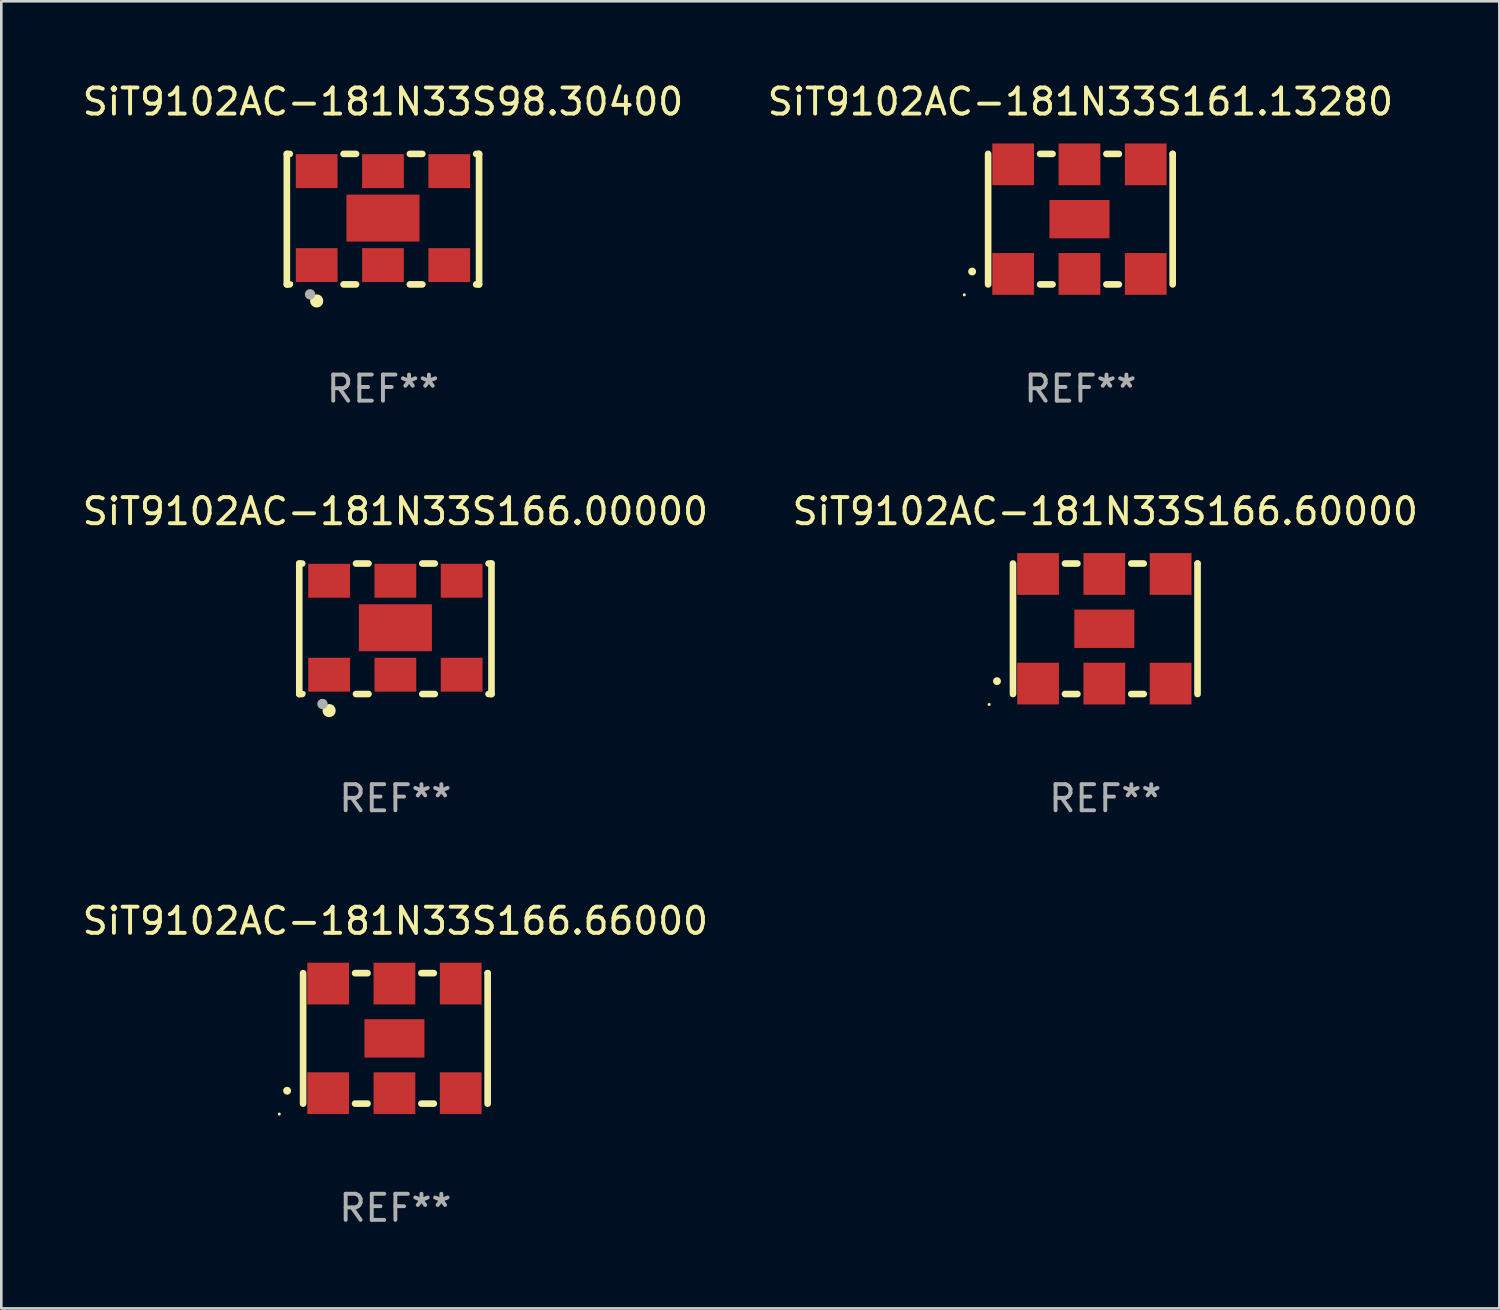
<source format=kicad_pcb>
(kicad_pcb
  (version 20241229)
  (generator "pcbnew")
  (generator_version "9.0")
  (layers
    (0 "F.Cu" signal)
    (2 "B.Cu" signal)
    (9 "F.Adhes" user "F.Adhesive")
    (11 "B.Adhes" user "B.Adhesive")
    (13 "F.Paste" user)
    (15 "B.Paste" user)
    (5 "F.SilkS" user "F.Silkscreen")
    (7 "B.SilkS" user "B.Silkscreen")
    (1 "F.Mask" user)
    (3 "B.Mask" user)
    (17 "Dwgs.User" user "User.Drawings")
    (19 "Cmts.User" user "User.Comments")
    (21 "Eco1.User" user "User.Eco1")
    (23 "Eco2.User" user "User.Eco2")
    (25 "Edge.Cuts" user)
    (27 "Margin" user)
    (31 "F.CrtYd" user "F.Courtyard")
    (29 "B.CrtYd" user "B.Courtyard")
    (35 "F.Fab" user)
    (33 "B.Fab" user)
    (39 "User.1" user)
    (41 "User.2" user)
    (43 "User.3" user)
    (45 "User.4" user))
  (footprint "SiT9102AC-181N33S161.13280"
    (layer "F.Cu")
    (at 38.351 5.348)
    (property "Reference" "SiT9102AC-181N33S161.13280" (at 0 -4.5 0) (layer "F.SilkS") (effects (font (size 1 1) (thickness 0.15))))
    (attr through_hole)
    (fp_line (start -3.536 -2.5) (end -3.536 2.5) (stroke (width 0.254) (type solid)) (layer "F.SilkS"))
    (fp_line (start -1.544 2.5) (end -1.067 2.5) (stroke (width 0.254) (type solid)) (layer "F.SilkS"))
    (fp_line (start -1.067 -2.5) (end -1.544 -2.5) (stroke (width 0.254) (type solid)) (layer "F.SilkS"))
    (fp_line (start 0.996 2.5) (end 1.473 2.5) (stroke (width 0.254) (type solid)) (layer "F.SilkS"))
    (fp_line (start 1.473 -2.5) (end 0.996 -2.5) (stroke (width 0.254) (type solid)) (layer "F.SilkS"))
    (fp_line (start 3.536 -2.5) (end 3.536 -2.5) (stroke (width 0.254) (type solid)) (layer "F.SilkS"))
    (fp_line (start 3.536 2.5) (end 3.536 -2.5) (stroke (width 0.254) (type solid)) (layer "F.SilkS"))
    (fp_arc (start -4.150432 2.006604) (mid -4.149162 2.006599) (end -4.147892 2.006604) (stroke (width 0.3) (type solid)) (layer "F.SilkS"))
    (fp_circle (center -4.449 2.9) (end -4.419 2.9) (stroke (width 0.06) (type solid)) (fill no) (layer "F.SilkS"))
    (fp_text user "REF**" (at 0 6.5 0) (layer "F.Fab") (effects (font (size 1 1) (thickness 0.15))))
    (pad "1" smd rect (at -2.576 2.1) (size 1.6 1.6) (layers "F.Cu" "F.Mask" "F.Paste"))
    (pad "2" smd rect (at -0.036 2.1) (size 1.6 1.6) (layers "F.Cu" "F.Mask" "F.Paste"))
    (pad "3" smd rect (at 2.504 2.1) (size 1.6 1.6) (layers "F.Cu" "F.Mask" "F.Paste"))
    (pad "4" smd rect (at 2.504 -2.1) (size 1.6 1.6) (layers "F.Cu" "F.Mask" "F.Paste"))
    (pad "5" smd rect (at -0.036 -2.1) (size 1.6 1.6) (layers "F.Cu" "F.Mask" "F.Paste"))
    (pad "6" smd rect (at -2.576 -2.1) (size 1.6 1.6) (layers "F.Cu" "F.Mask" "F.Paste"))
    (pad "7" smd rect (at -0.036 0) (size 2.3 1.47) (layers "F.Cu" "F.Mask" "F.Paste")))
  (footprint "SiT9102AC-181N33S166.66000"
    (layer "F.Cu")
    (at 12.101 36.741)
    (property "Reference" "SiT9102AC-181N33S166.66000" (at 0 -4.5 0) (layer "F.SilkS") (effects (font (size 1 1) (thickness 0.15))))
    (attr through_hole)
    (fp_line (start -3.536 -2.5) (end -3.536 2.5) (stroke (width 0.254) (type solid)) (layer "F.SilkS"))
    (fp_line (start -1.544 2.5) (end -1.067 2.5) (stroke (width 0.254) (type solid)) (layer "F.SilkS"))
    (fp_line (start -1.067 -2.5) (end -1.544 -2.5) (stroke (width 0.254) (type solid)) (layer "F.SilkS"))
    (fp_line (start 0.996 2.5) (end 1.473 2.5) (stroke (width 0.254) (type solid)) (layer "F.SilkS"))
    (fp_line (start 1.473 -2.5) (end 0.996 -2.5) (stroke (width 0.254) (type solid)) (layer "F.SilkS"))
    (fp_line (start 3.536 -2.5) (end 3.536 -2.5) (stroke (width 0.254) (type solid)) (layer "F.SilkS"))
    (fp_line (start 3.536 2.5) (end 3.536 -2.5) (stroke (width 0.254) (type solid)) (layer "F.SilkS"))
    (fp_arc (start -4.150432 2.006604) (mid -4.149162 2.006599) (end -4.147892 2.006604) (stroke (width 0.3) (type solid)) (layer "F.SilkS"))
    (fp_circle (center -4.449 2.9) (end -4.419 2.9) (stroke (width 0.06) (type solid)) (fill no) (layer "F.SilkS"))
    (fp_text user "REF**" (at 0 6.5 0) (layer "F.Fab") (effects (font (size 1 1) (thickness 0.15))))
    (pad "1" smd rect (at -2.576 2.1) (size 1.6 1.6) (layers "F.Cu" "F.Mask" "F.Paste"))
    (pad "2" smd rect (at -0.036 2.1) (size 1.6 1.6) (layers "F.Cu" "F.Mask" "F.Paste"))
    (pad "3" smd rect (at 2.504 2.1) (size 1.6 1.6) (layers "F.Cu" "F.Mask" "F.Paste"))
    (pad "4" smd rect (at 2.504 -2.1) (size 1.6 1.6) (layers "F.Cu" "F.Mask" "F.Paste"))
    (pad "5" smd rect (at -0.036 -2.1) (size 1.6 1.6) (layers "F.Cu" "F.Mask" "F.Paste"))
    (pad "6" smd rect (at -2.576 -2.1) (size 1.6 1.6) (layers "F.Cu" "F.Mask" "F.Paste"))
    (pad "7" smd rect (at -0.036 0) (size 2.3 1.47) (layers "F.Cu" "F.Mask" "F.Paste")))
  (footprint "SiT9102AC-181N33S98.30400"
    (layer "F.Cu")
    (at 11.625 5.348)
    (property "Reference" "SiT9102AC-181N33S98.30400" (at 0 -4.5 0) (layer "F.SilkS") (effects (font (size 1 1) (thickness 0.15))))
    (attr through_hole)
    (fp_line (start -3.683 -2.5) (end -3.571 -2.5) (stroke (width 0.254) (type solid)) (layer "F.SilkS"))
    (fp_line (start -3.683 2.5) (end -3.683 -2.5) (stroke (width 0.254) (type solid)) (layer "F.SilkS"))
    (fp_line (start -3.683 2.5) (end -3.571 2.5) (stroke (width 0.254) (type solid)) (layer "F.SilkS"))
    (fp_line (start -1.509 -2.5) (end -1.031 -2.5) (stroke (width 0.254) (type solid)) (layer "F.SilkS"))
    (fp_line (start -1.509 2.5) (end -1.031 2.5) (stroke (width 0.254) (type solid)) (layer "F.SilkS"))
    (fp_line (start 1.031 -2.5) (end 1.509 -2.5) (stroke (width 0.254) (type solid)) (layer "F.SilkS"))
    (fp_line (start 1.031 2.5) (end 1.509 2.5) (stroke (width 0.254) (type solid)) (layer "F.SilkS"))
    (fp_line (start 3.571 -2.5) (end 3.683 -2.5) (stroke (width 0.254) (type solid)) (layer "F.SilkS"))
    (fp_line (start 3.571 2.5) (end 3.683 2.5) (stroke (width 0.254) (type solid)) (layer "F.SilkS"))
    (fp_line (start 3.683 2.5) (end 3.683 -2.5) (stroke (width 0.254) (type solid)) (layer "F.SilkS"))
    (fp_circle (center -3.5 2.46) (end -3.47 2.46) (stroke (width 0.06) (type solid)) (fill no) (layer "F.SilkS"))
    (fp_circle (center -2.54 3.135) (end -2.413 3.135) (stroke (width 0.254) (type solid)) (fill no) (layer "F.SilkS"))
    (fp_circle (center -2.794 2.881) (end -2.694 2.881) (stroke (width 0.2) (type solid)) (fill no) (layer "F.Fab"))
    (fp_text user "REF**" (at 0 6.5 0) (layer "F.Fab") (effects (font (size 1 1) (thickness 0.15))))
    (pad "1" smd rect (at -2.54 1.76) (size 1.6 1.3) (layers "F.Cu" "F.Mask" "F.Paste"))
    (pad "2" smd rect (at 0 1.76) (size 1.6 1.3) (layers "F.Cu" "F.Mask" "F.Paste"))
    (pad "3" smd rect (at 2.54 1.76) (size 1.6 1.3) (layers "F.Cu" "F.Mask" "F.Paste"))
    (pad "4" smd rect (at 2.54 -1.84) (size 1.6 1.3) (layers "F.Cu" "F.Mask" "F.Paste"))
    (pad "5" smd rect (at 0 -1.84) (size 1.6 1.3) (layers "F.Cu" "F.Mask" "F.Paste"))
    (pad "6" smd rect (at -2.54 -1.84) (size 1.6 1.3) (layers "F.Cu" "F.Mask" "F.Paste"))
    (pad "7" smd rect (at 0 -0.04) (size 2.8 1.8) (layers "F.Cu" "F.Mask" "F.Paste")))
  (footprint "SiT9102AC-181N33S166.00000"
    (layer "F.Cu")
    (at 12.101 21.045)
    (property "Reference" "SiT9102AC-181N33S166.00000" (at 0 -4.5 0) (layer "F.SilkS") (effects (font (size 1 1) (thickness 0.15))))
    (attr through_hole)
    (fp_line (start -3.683 -2.5) (end -3.571 -2.5) (stroke (width 0.254) (type solid)) (layer "F.SilkS"))
    (fp_line (start -3.683 2.5) (end -3.683 -2.5) (stroke (width 0.254) (type solid)) (layer "F.SilkS"))
    (fp_line (start -3.683 2.5) (end -3.571 2.5) (stroke (width 0.254) (type solid)) (layer "F.SilkS"))
    (fp_line (start -1.509 -2.5) (end -1.031 -2.5) (stroke (width 0.254) (type solid)) (layer "F.SilkS"))
    (fp_line (start -1.509 2.5) (end -1.031 2.5) (stroke (width 0.254) (type solid)) (layer "F.SilkS"))
    (fp_line (start 1.031 -2.5) (end 1.509 -2.5) (stroke (width 0.254) (type solid)) (layer "F.SilkS"))
    (fp_line (start 1.031 2.5) (end 1.509 2.5) (stroke (width 0.254) (type solid)) (layer "F.SilkS"))
    (fp_line (start 3.571 -2.5) (end 3.683 -2.5) (stroke (width 0.254) (type solid)) (layer "F.SilkS"))
    (fp_line (start 3.571 2.5) (end 3.683 2.5) (stroke (width 0.254) (type solid)) (layer "F.SilkS"))
    (fp_line (start 3.683 2.5) (end 3.683 -2.5) (stroke (width 0.254) (type solid)) (layer "F.SilkS"))
    (fp_circle (center -3.5 2.46) (end -3.47 2.46) (stroke (width 0.06) (type solid)) (fill no) (layer "F.SilkS"))
    (fp_circle (center -2.54 3.135) (end -2.413 3.135) (stroke (width 0.254) (type solid)) (fill no) (layer "F.SilkS"))
    (fp_circle (center -2.794 2.881) (end -2.694 2.881) (stroke (width 0.2) (type solid)) (fill no) (layer "F.Fab"))
    (fp_text user "REF**" (at 0 6.5 0) (layer "F.Fab") (effects (font (size 1 1) (thickness 0.15))))
    (pad "1" smd rect (at -2.54 1.76) (size 1.6 1.3) (layers "F.Cu" "F.Mask" "F.Paste"))
    (pad "2" smd rect (at 0 1.76) (size 1.6 1.3) (layers "F.Cu" "F.Mask" "F.Paste"))
    (pad "3" smd rect (at 2.54 1.76) (size 1.6 1.3) (layers "F.Cu" "F.Mask" "F.Paste"))
    (pad "4" smd rect (at 2.54 -1.84) (size 1.6 1.3) (layers "F.Cu" "F.Mask" "F.Paste"))
    (pad "5" smd rect (at 0 -1.84) (size 1.6 1.3) (layers "F.Cu" "F.Mask" "F.Paste"))
    (pad "6" smd rect (at -2.54 -1.84) (size 1.6 1.3) (layers "F.Cu" "F.Mask" "F.Paste"))
    (pad "7" smd rect (at 0 -0.04) (size 2.8 1.8) (layers "F.Cu" "F.Mask" "F.Paste")))
  (footprint "SiT9102AC-181N33S166.60000"
    (layer "F.Cu")
    (at 39.304 21.045)
    (property "Reference" "SiT9102AC-181N33S166.60000" (at 0 -4.5 0) (layer "F.SilkS") (effects (font (size 1 1) (thickness 0.15))))
    (attr through_hole)
    (fp_line (start -3.536 -2.5) (end -3.536 2.5) (stroke (width 0.254) (type solid)) (layer "F.SilkS"))
    (fp_line (start -1.544 2.5) (end -1.067 2.5) (stroke (width 0.254) (type solid)) (layer "F.SilkS"))
    (fp_line (start -1.067 -2.5) (end -1.544 -2.5) (stroke (width 0.254) (type solid)) (layer "F.SilkS"))
    (fp_line (start 0.996 2.5) (end 1.473 2.5) (stroke (width 0.254) (type solid)) (layer "F.SilkS"))
    (fp_line (start 1.473 -2.5) (end 0.996 -2.5) (stroke (width 0.254) (type solid)) (layer "F.SilkS"))
    (fp_line (start 3.536 -2.5) (end 3.536 -2.5) (stroke (width 0.254) (type solid)) (layer "F.SilkS"))
    (fp_line (start 3.536 2.5) (end 3.536 -2.5) (stroke (width 0.254) (type solid)) (layer "F.SilkS"))
    (fp_arc (start -4.150432 2.006604) (mid -4.149162 2.006599) (end -4.147892 2.006604) (stroke (width 0.3) (type solid)) (layer "F.SilkS"))
    (fp_circle (center -4.449 2.9) (end -4.419 2.9) (stroke (width 0.06) (type solid)) (fill no) (layer "F.SilkS"))
    (fp_text user "REF**" (at 0 6.5 0) (layer "F.Fab") (effects (font (size 1 1) (thickness 0.15))))
    (pad "1" smd rect (at -2.576 2.1) (size 1.6 1.6) (layers "F.Cu" "F.Mask" "F.Paste"))
    (pad "2" smd rect (at -0.036 2.1) (size 1.6 1.6) (layers "F.Cu" "F.Mask" "F.Paste"))
    (pad "3" smd rect (at 2.504 2.1) (size 1.6 1.6) (layers "F.Cu" "F.Mask" "F.Paste"))
    (pad "4" smd rect (at 2.504 -2.1) (size 1.6 1.6) (layers "F.Cu" "F.Mask" "F.Paste"))
    (pad "5" smd rect (at -0.036 -2.1) (size 1.6 1.6) (layers "F.Cu" "F.Mask" "F.Paste"))
    (pad "6" smd rect (at -2.576 -2.1) (size 1.6 1.6) (layers "F.Cu" "F.Mask" "F.Paste"))
    (pad "7" smd rect (at -0.036 0) (size 2.3 1.47) (layers "F.Cu" "F.Mask" "F.Paste")))
  (gr_rect
    (start -3 -3)
    (end 54.405 47.09)
    (stroke (width 0.1) (type default))
    (fill no)
    (layer "Edge.Cuts")))
</source>
